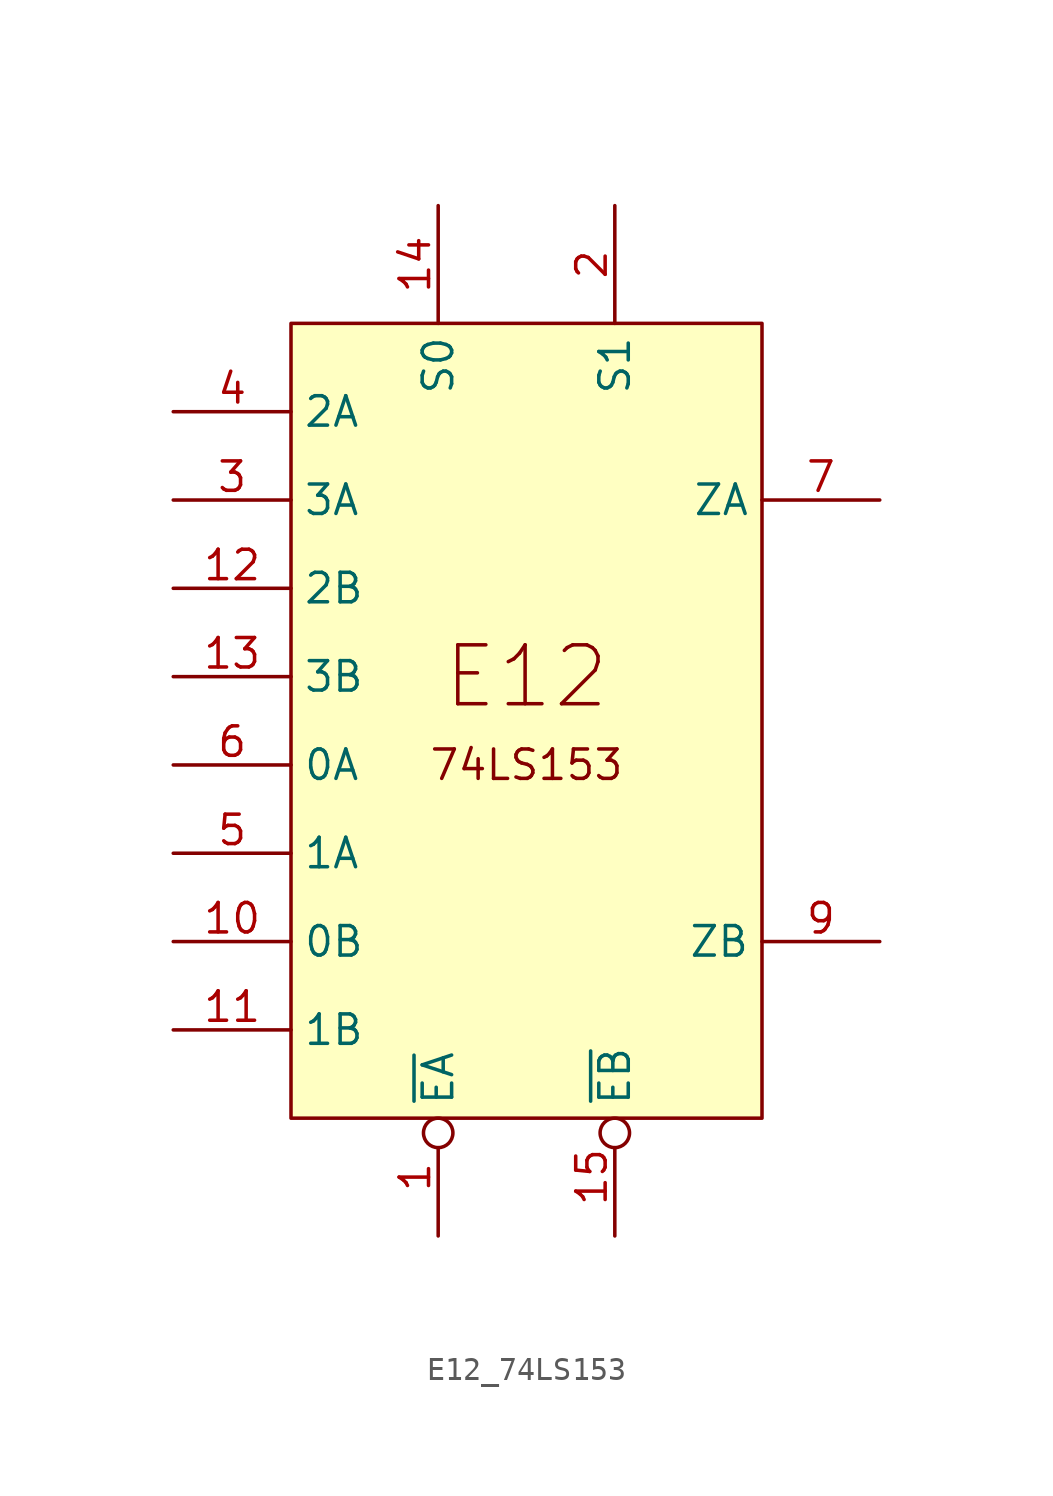
<source format=kicad_sym>
(kicad_symbol_lib
  (version 20211014)
  (generator kicad_symbol_editor)
  (symbol "E12_74LS153"
    (property "Reference" "U"
      (at -33.655 24.765 0)
      (effects (font (size 1.27 1.27)) hide))
    (symbol "E12_74LS153_1_0"
      (pin input inverted (at 6.35 -39.37 90) (length 5.08) (name "~{EA}" (effects (font (size 1.27 1.27)))) (number "1" (effects (font (size 1.27 1.27)))))
      (pin input line (at -5.08 -26.67 0) (length 5.08) (name "0B" (effects (font (size 1.27 1.27)))) (number "10" (effects (font (size 1.27 1.27)))))
      (pin input line (at -5.08 -30.48 0) (length 5.08) (name "1B" (effects (font (size 1.27 1.27)))) (number "11" (effects (font (size 1.27 1.27)))))
      (pin input line (at -5.08 -11.43 0) (length 5.08) (name "2B" (effects (font (size 1.27 1.27)))) (number "12" (effects (font (size 1.27 1.27)))))
      (pin input line (at -5.08 -15.24 0) (length 5.08) (name "3B" (effects (font (size 1.27 1.27)))) (number "13" (effects (font (size 1.27 1.27)))))
      (pin input line (at 6.35 5.08 270) (length 5.08) (name "S0" (effects (font (size 1.27 1.27)))) (number "14" (effects (font (size 1.27 1.27)))))
      (pin input inverted (at 13.97 -39.37 90) (length 5.08) (name "~{EB}" (effects (font (size 1.27 1.27)))) (number "15" (effects (font (size 1.27 1.27)))))
      (pin input line (at 13.97 5.08 270) (length 5.08) (name "S1" (effects (font (size 1.27 1.27)))) (number "2" (effects (font (size 1.27 1.27)))))
      (pin input line (at -5.08 -7.62 0) (length 5.08) (name "3A" (effects (font (size 1.27 1.27)))) (number "3" (effects (font (size 1.27 1.27)))))
      (pin input line (at -5.08 -3.81 0) (length 5.08) (name "2A" (effects (font (size 1.27 1.27)))) (number "4" (effects (font (size 1.27 1.27)))))
      (pin input line (at -5.08 -22.86 0) (length 5.08) (name "1A" (effects (font (size 1.27 1.27)))) (number "5" (effects (font (size 1.27 1.27)))))
      (pin input line (at -5.08 -19.05 0) (length 5.08) (name "0A" (effects (font (size 1.27 1.27)))) (number "6" (effects (font (size 1.27 1.27)))))
      (pin output line (at 25.4 -7.62 180) (length 5.08) (name "ZA" (effects (font (size 1.27 1.27)))) (number "7" (effects (font (size 1.27 1.27)))))
      (pin output line (at 25.4 -26.67 180) (length 5.08) (name "ZB" (effects (font (size 1.27 1.27)))) (number "9" (effects (font (size 1.27 1.27))))))
    (symbol "E12_74LS153_1_1"
      (rectangle (start 0 0) (end 20.32 -34.29) (stroke (width 0) (type default) (color 0 0 0 0)) (fill (type background)))
      (text "74LS153" (at 10.16 -19.05 0) (effects (font (size 1.27 1.27))))
      (text "E12" (at 10.16 -15.24 0) (effects (font (size 2.54 2.54)))))))
</source>
